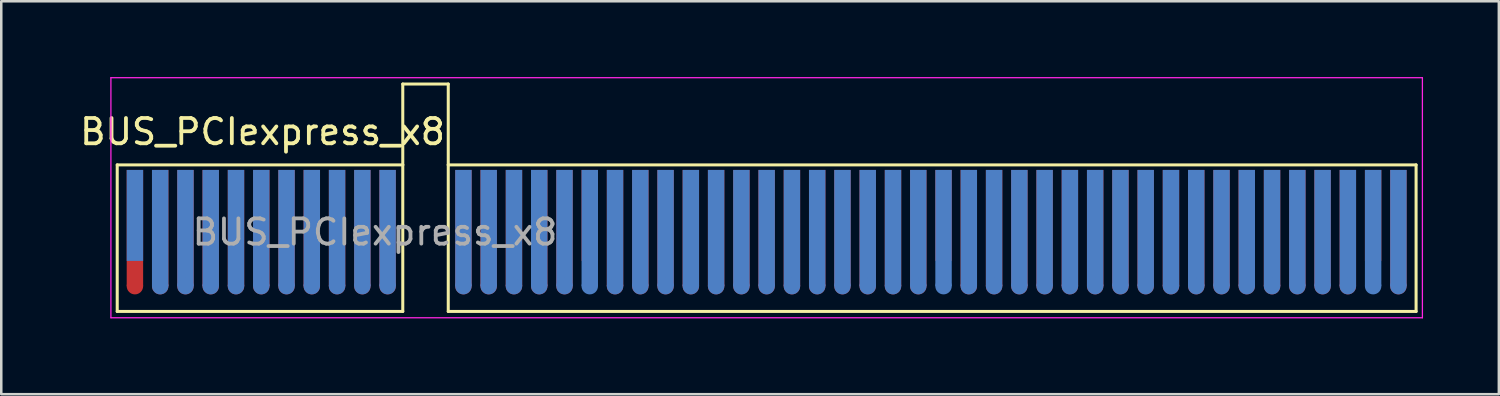
<source format=kicad_pcb>
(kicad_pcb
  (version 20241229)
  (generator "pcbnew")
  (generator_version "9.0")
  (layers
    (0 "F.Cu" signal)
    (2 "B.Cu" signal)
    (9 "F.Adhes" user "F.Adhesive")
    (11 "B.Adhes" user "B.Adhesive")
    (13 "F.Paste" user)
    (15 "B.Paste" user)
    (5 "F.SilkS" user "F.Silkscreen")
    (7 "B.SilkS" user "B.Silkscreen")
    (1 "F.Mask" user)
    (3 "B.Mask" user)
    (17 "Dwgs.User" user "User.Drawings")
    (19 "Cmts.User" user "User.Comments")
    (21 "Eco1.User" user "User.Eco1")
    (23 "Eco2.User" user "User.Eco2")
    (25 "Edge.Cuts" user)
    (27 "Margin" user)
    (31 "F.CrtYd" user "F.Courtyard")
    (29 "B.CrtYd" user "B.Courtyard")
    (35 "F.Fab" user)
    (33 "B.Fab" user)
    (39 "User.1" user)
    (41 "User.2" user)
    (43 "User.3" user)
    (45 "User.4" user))
  (footprint "BUS_PCIexpress_x8"
    (layer "F.Cu")
    (at 2.289 5.475)
    (property "Reference" "BUS_PCIexpress_x8" (at 5.05 -3.31 0) (layer "F.SilkS") (effects (font (size 1 1) (thickness 0.15))))
    (attr exclude_from_pos_files exclude_from_bom)
    (fp_line (start -0.7 -2) (end 10.6 -2) (stroke (width 0.12) (type solid)) (layer "F.SilkS"))
    (fp_line (start -0.7 3.8) (end -0.7 -2) (stroke (width 0.12) (type solid)) (layer "F.SilkS"))
    (fp_line (start 10.6 -5.2) (end 12.4 -5.2) (stroke (width 0.12) (type solid)) (layer "F.SilkS"))
    (fp_line (start 10.6 -2) (end 10.6 -5.2) (stroke (width 0.12) (type solid)) (layer "F.SilkS"))
    (fp_line (start 10.6 -2) (end 10.6 3.8) (stroke (width 0.12) (type solid)) (layer "F.SilkS"))
    (fp_line (start 10.6 3.8) (end -0.7 3.8) (stroke (width 0.12) (type solid)) (layer "F.SilkS"))
    (fp_line (start 12.4 -5.2) (end 12.4 -2) (stroke (width 0.12) (type solid)) (layer "F.SilkS"))
    (fp_line (start 12.4 -2) (end 12.4 3.8) (stroke (width 0.12) (type solid)) (layer "F.SilkS"))
    (fp_line (start 12.4 3.8) (end 50.7 3.8) (stroke (width 0.12) (type solid)) (layer "F.SilkS"))
    (fp_line (start 50.7 -2) (end 12.4 -2) (stroke (width 0.12) (type solid)) (layer "F.SilkS"))
    (fp_line (start 50.7 -2) (end 50.7 3.8) (stroke (width 0.12) (type solid)) (layer "F.SilkS"))
    (fp_line (start -0.95 -5.45) (end -0.95 4.05) (stroke (width 0.05) (type solid)) (layer "F.CrtYd"))
    (fp_line (start -0.95 -5.45) (end 50.95 -5.45) (stroke (width 0.05) (type solid)) (layer "F.CrtYd"))
    (fp_line (start 50.95 4.05) (end -0.95 4.05) (stroke (width 0.05) (type solid)) (layer "F.CrtYd"))
    (fp_line (start 50.95 4.05) (end 50.95 -5.45) (stroke (width 0.05) (type solid)) (layer "F.CrtYd"))
    (fp_text user "${REFERENCE}" (at 9.5 0.662 0) (layer "F.Fab") (effects (font (size 1 1) (thickness 0.15))))
    (pad "A1" connect rect (at 0 0) (size 0.65 3.6) (layers "B.Cu" "B.Mask"))
    (pad "A2" connect rect (at 1 0.5) (size 0.65 4.6) (layers "B.Cu" "B.Mask"))
    (pad "A2" connect circle (at 1 2.8) (size 0.65 0.65) (layers "B.Cu" "B.Mask"))
    (pad "A3" connect rect (at 2 0.5) (size 0.65 4.6) (layers "B.Cu" "B.Mask"))
    (pad "A3" connect circle (at 2 2.8) (size 0.65 0.65) (layers "B.Cu" "B.Mask"))
    (pad "A4" connect rect (at 3 0.5) (size 0.65 4.6) (layers "B.Cu" "B.Mask"))
    (pad "A4" connect circle (at 3 2.8) (size 0.65 0.65) (layers "B.Cu" "B.Mask"))
    (pad "A5" connect rect (at 4 0.5) (size 0.65 4.6) (layers "B.Cu" "B.Mask"))
    (pad "A5" connect circle (at 4 2.8) (size 0.65 0.65) (layers "B.Cu" "B.Mask"))
    (pad "A6" connect rect (at 5 0.5) (size 0.65 4.6) (layers "B.Cu" "B.Mask"))
    (pad "A6" connect circle (at 5 2.8) (size 0.65 0.65) (layers "B.Cu" "B.Mask"))
    (pad "A7" connect rect (at 6 0.5) (size 0.65 4.6) (layers "B.Cu" "B.Mask"))
    (pad "A7" connect circle (at 6 2.8) (size 0.65 0.65) (layers "B.Cu" "B.Mask"))
    (pad "A8" connect rect (at 7 0.5) (size 0.65 4.6) (layers "B.Cu" "B.Mask"))
    (pad "A8" connect circle (at 7 2.8) (size 0.65 0.65) (layers "B.Cu" "B.Mask"))
    (pad "A9" connect rect (at 8 0.5) (size 0.65 4.6) (layers "B.Cu" "B.Mask"))
    (pad "A9" connect circle (at 8 2.8) (size 0.65 0.65) (layers "B.Cu" "B.Mask"))
    (pad "A10" connect rect (at 9 0.5) (size 0.65 4.6) (layers "B.Cu" "B.Mask"))
    (pad "A10" connect circle (at 9 2.8) (size 0.65 0.65) (layers "B.Cu" "B.Mask"))
    (pad "A11" connect rect (at 10 0.5) (size 0.65 4.6) (layers "B.Cu" "B.Mask"))
    (pad "A11" connect circle (at 10 2.8) (size 0.65 0.65) (layers "B.Cu" "B.Mask"))
    (pad "A12" connect rect (at 13 0.5) (size 0.65 4.6) (layers "B.Cu" "B.Mask"))
    (pad "A12" connect circle (at 13 2.8) (size 0.65 0.65) (layers "B.Cu" "B.Mask"))
    (pad "A13" connect rect (at 14 0.5) (size 0.65 4.6) (layers "B.Cu" "B.Mask"))
    (pad "A13" connect circle (at 14 2.8) (size 0.65 0.65) (layers "B.Cu" "B.Mask"))
    (pad "A14" connect rect (at 15 0.5) (size 0.65 4.6) (layers "B.Cu" "B.Mask"))
    (pad "A14" connect circle (at 15 2.8) (size 0.65 0.65) (layers "B.Cu" "B.Mask"))
    (pad "A15" connect rect (at 16 0.5) (size 0.65 4.6) (layers "B.Cu" "B.Mask"))
    (pad "A15" connect circle (at 16 2.8) (size 0.65 0.65) (layers "B.Cu" "B.Mask"))
    (pad "A16" connect rect (at 17 0.5) (size 0.65 4.6) (layers "B.Cu" "B.Mask"))
    (pad "A16" connect circle (at 17 2.8) (size 0.65 0.65) (layers "B.Cu" "B.Mask"))
    (pad "A17" connect rect (at 18 0.5) (size 0.65 4.6) (layers "B.Cu" "B.Mask"))
    (pad "A17" connect circle (at 18 2.8) (size 0.65 0.65) (layers "B.Cu" "B.Mask"))
    (pad "A18" connect rect (at 19 0.5) (size 0.65 4.6) (layers "B.Cu" "B.Mask"))
    (pad "A18" connect circle (at 19 2.8) (size 0.65 0.65) (layers "B.Cu" "B.Mask"))
    (pad "A19" connect rect (at 20 0.5) (size 0.65 4.6) (layers "B.Cu" "B.Mask"))
    (pad "A19" connect circle (at 20 2.8) (size 0.65 0.65) (layers "B.Cu" "B.Mask"))
    (pad "A20" connect rect (at 21 0.5) (size 0.65 4.6) (layers "B.Cu" "B.Mask"))
    (pad "A20" connect circle (at 21 2.8) (size 0.65 0.65) (layers "B.Cu" "B.Mask"))
    (pad "A21" connect rect (at 22 0.5) (size 0.65 4.6) (layers "B.Cu" "B.Mask"))
    (pad "A21" connect circle (at 22 2.8) (size 0.65 0.65) (layers "B.Cu" "B.Mask"))
    (pad "A22" connect rect (at 23 0.5) (size 0.65 4.6) (layers "B.Cu" "B.Mask"))
    (pad "A22" connect circle (at 23 2.8) (size 0.65 0.65) (layers "B.Cu" "B.Mask"))
    (pad "A23" connect rect (at 24 0.5) (size 0.65 4.6) (layers "B.Cu" "B.Mask"))
    (pad "A23" connect circle (at 24 2.8) (size 0.65 0.65) (layers "B.Cu" "B.Mask"))
    (pad "A24" connect rect (at 25 0.5) (size 0.65 4.6) (layers "B.Cu" "B.Mask"))
    (pad "A24" connect circle (at 25 2.8) (size 0.65 0.65) (layers "B.Cu" "B.Mask"))
    (pad "A25" connect rect (at 26 0.5) (size 0.65 4.6) (layers "B.Cu" "B.Mask"))
    (pad "A25" connect circle (at 26 2.8) (size 0.65 0.65) (layers "B.Cu" "B.Mask"))
    (pad "A26" connect rect (at 27 0.5) (size 0.65 4.6) (layers "B.Cu" "B.Mask"))
    (pad "A26" connect circle (at 27 2.8) (size 0.65 0.65) (layers "B.Cu" "B.Mask"))
    (pad "A27" connect rect (at 28 0.5) (size 0.65 4.6) (layers "B.Cu" "B.Mask"))
    (pad "A27" connect circle (at 28 2.8) (size 0.65 0.65) (layers "B.Cu" "B.Mask"))
    (pad "A28" connect rect (at 29 0.5) (size 0.65 4.6) (layers "B.Cu" "B.Mask"))
    (pad "A28" connect circle (at 29 2.8) (size 0.65 0.65) (layers "B.Cu" "B.Mask"))
    (pad "A29" connect rect (at 30 0.5) (size 0.65 4.6) (layers "B.Cu" "B.Mask"))
    (pad "A29" connect circle (at 30 2.8) (size 0.65 0.65) (layers "B.Cu" "B.Mask"))
    (pad "A30" connect rect (at 31 0.5) (size 0.65 4.6) (layers "B.Cu" "B.Mask"))
    (pad "A30" connect circle (at 31 2.8) (size 0.65 0.65) (layers "B.Cu" "B.Mask"))
    (pad "A31" connect rect (at 32 0.5) (size 0.65 4.6) (layers "B.Cu" "B.Mask"))
    (pad "A31" connect circle (at 32 2.8) (size 0.65 0.65) (layers "B.Cu" "B.Mask"))
    (pad "A32" connect rect (at 33 0.5) (size 0.65 4.6) (layers "B.Cu" "B.Mask"))
    (pad "A32" connect circle (at 33 2.8) (size 0.65 0.65) (layers "B.Cu" "B.Mask"))
    (pad "A33" connect rect (at 34 0.5) (size 0.65 4.6) (layers "B.Cu" "B.Mask"))
    (pad "A33" connect circle (at 34 2.8) (size 0.65 0.65) (layers "B.Cu" "B.Mask"))
    (pad "A34" connect rect (at 35 0.5) (size 0.65 4.6) (layers "B.Cu" "B.Mask"))
    (pad "A34" connect circle (at 35 2.8) (size 0.65 0.65) (layers "B.Cu" "B.Mask"))
    (pad "A35" connect rect (at 36 0.5) (size 0.65 4.6) (layers "B.Cu" "B.Mask"))
    (pad "A35" connect circle (at 36 2.8) (size 0.65 0.65) (layers "B.Cu" "B.Mask"))
    (pad "A36" connect rect (at 37 0.5) (size 0.65 4.6) (layers "B.Cu" "B.Mask"))
    (pad "A36" connect circle (at 37 2.8) (size 0.65 0.65) (layers "B.Cu" "B.Mask"))
    (pad "A37" connect rect (at 38 0.5) (size 0.65 4.6) (layers "B.Cu" "B.Mask"))
    (pad "A37" connect circle (at 38 2.8) (size 0.65 0.65) (layers "B.Cu" "B.Mask"))
    (pad "A38" connect rect (at 39 0.5) (size 0.65 4.6) (layers "B.Cu" "B.Mask"))
    (pad "A38" connect circle (at 39 2.8) (size 0.65 0.65) (layers "B.Cu" "B.Mask"))
    (pad "A39" connect rect (at 40 0.5) (size 0.65 4.6) (layers "B.Cu" "B.Mask"))
    (pad "A39" connect circle (at 40 2.8) (size 0.65 0.65) (layers "B.Cu" "B.Mask"))
    (pad "A40" connect rect (at 41 0.5) (size 0.65 4.6) (layers "B.Cu" "B.Mask"))
    (pad "A40" connect circle (at 41 2.8) (size 0.65 0.65) (layers "B.Cu" "B.Mask"))
    (pad "A41" connect rect (at 42 0.5) (size 0.65 4.6) (layers "B.Cu" "B.Mask"))
    (pad "A41" connect circle (at 42 2.8) (size 0.65 0.65) (layers "B.Cu" "B.Mask"))
    (pad "A42" connect rect (at 43 0.5) (size 0.65 4.6) (layers "B.Cu" "B.Mask"))
    (pad "A42" connect circle (at 43 2.8) (size 0.65 0.65) (layers "B.Cu" "B.Mask"))
    (pad "A43" connect rect (at 44 0.5) (size 0.65 4.6) (layers "B.Cu" "B.Mask"))
    (pad "A43" connect circle (at 44 2.8) (size 0.65 0.65) (layers "B.Cu" "B.Mask"))
    (pad "A44" connect rect (at 45 0.5) (size 0.65 4.6) (layers "B.Cu" "B.Mask"))
    (pad "A44" connect circle (at 45 2.8) (size 0.65 0.65) (layers "B.Cu" "B.Mask"))
    (pad "A45" connect rect (at 46 0.5) (size 0.65 4.6) (layers "B.Cu" "B.Mask"))
    (pad "A45" connect circle (at 46 2.8) (size 0.65 0.65) (layers "B.Cu" "B.Mask"))
    (pad "A46" connect rect (at 47 0.5) (size 0.65 4.6) (layers "B.Cu" "B.Mask"))
    (pad "A46" connect circle (at 47 2.8) (size 0.65 0.65) (layers "B.Cu" "B.Mask"))
    (pad "A47" connect rect (at 48 0.5) (size 0.65 4.6) (layers "B.Cu" "B.Mask"))
    (pad "A47" connect circle (at 48 2.8) (size 0.65 0.65) (layers "B.Cu" "B.Mask"))
    (pad "A48" connect rect (at 49 0.5) (size 0.65 4.6) (layers "B.Cu" "B.Mask"))
    (pad "A48" connect circle (at 49 2.8) (size 0.65 0.65) (layers "B.Cu" "B.Mask"))
    (pad "A49" connect rect (at 50 0.5) (size 0.65 4.6) (layers "B.Cu" "B.Mask"))
    (pad "A49" connect circle (at 50 2.8) (size 0.65 0.65) (layers "B.Cu" "B.Mask"))
    (pad "B1" connect rect (at 0 0.5) (size 0.65 4.6) (layers "F.Cu" "F.Mask"))
    (pad "B1" connect circle (at 0 2.8) (size 0.65 0.65) (layers "F.Cu" "F.Mask"))
    (pad "B2" connect rect (at 1 0.5) (size 0.65 4.6) (layers "F.Cu" "F.Mask"))
    (pad "B2" connect circle (at 1 2.8) (size 0.65 0.65) (layers "F.Cu" "F.Mask"))
    (pad "B3" connect rect (at 2 0.5) (size 0.65 4.6) (layers "F.Cu" "F.Mask"))
    (pad "B3" connect circle (at 2 2.8) (size 0.65 0.65) (layers "F.Cu" "F.Mask"))
    (pad "B4" connect rect (at 3 0.5) (size 0.65 4.6) (layers "F.Cu" "F.Mask"))
    (pad "B4" connect circle (at 3 2.8) (size 0.65 0.65) (layers "F.Cu" "F.Mask"))
    (pad "B5" connect rect (at 4 0.5) (size 0.65 4.6) (layers "F.Cu" "F.Mask"))
    (pad "B5" connect circle (at 4 2.8) (size 0.65 0.65) (layers "F.Cu" "F.Mask"))
    (pad "B6" connect rect (at 5 0.5) (size 0.65 4.6) (layers "F.Cu" "F.Mask"))
    (pad "B6" connect circle (at 5 2.8) (size 0.65 0.65) (layers "F.Cu" "F.Mask"))
    (pad "B7" connect rect (at 6 0.5) (size 0.65 4.6) (layers "F.Cu" "F.Mask"))
    (pad "B7" connect circle (at 6 2.8) (size 0.65 0.65) (layers "F.Cu" "F.Mask"))
    (pad "B8" connect rect (at 7 0.5) (size 0.65 4.6) (layers "F.Cu" "F.Mask"))
    (pad "B8" connect circle (at 7 2.8) (size 0.65 0.65) (layers "F.Cu" "F.Mask"))
    (pad "B9" connect rect (at 8 0.5) (size 0.65 4.6) (layers "F.Cu" "F.Mask"))
    (pad "B9" connect circle (at 8 2.8) (size 0.65 0.65) (layers "F.Cu" "F.Mask"))
    (pad "B10" connect rect (at 9 0.5) (size 0.65 4.6) (layers "F.Cu" "F.Mask"))
    (pad "B10" connect circle (at 9 2.8) (size 0.65 0.65) (layers "F.Cu" "F.Mask"))
    (pad "B11" connect rect (at 10 0.5) (size 0.65 4.6) (layers "F.Cu" "F.Mask"))
    (pad "B11" connect circle (at 10 2.8) (size 0.65 0.65) (layers "F.Cu" "F.Mask"))
    (pad "B12" connect rect (at 13 0.5) (size 0.65 4.6) (layers "F.Cu" "F.Mask"))
    (pad "B12" connect circle (at 13 2.8) (size 0.65 0.65) (layers "F.Cu" "F.Mask"))
    (pad "B13" connect rect (at 14 0.5) (size 0.65 4.6) (layers "F.Cu" "F.Mask"))
    (pad "B13" connect circle (at 14 2.8) (size 0.65 0.65) (layers "F.Cu" "F.Mask"))
    (pad "B14" connect rect (at 15 0.5) (size 0.65 4.6) (layers "F.Cu" "F.Mask"))
    (pad "B14" connect circle (at 15 2.8) (size 0.65 0.65) (layers "F.Cu" "F.Mask"))
    (pad "B15" connect rect (at 16 0.5) (size 0.65 4.6) (layers "F.Cu" "F.Mask"))
    (pad "B15" connect circle (at 16 2.8) (size 0.65 0.65) (layers "F.Cu" "F.Mask"))
    (pad "B16" connect rect (at 17 0.5) (size 0.65 4.6) (layers "F.Cu" "F.Mask"))
    (pad "B16" connect circle (at 17 2.8) (size 0.65 0.65) (layers "F.Cu" "F.Mask"))
    (pad "B17" connect rect (at 18 0) (size 0.65 3.6) (layers "F.Cu" "F.Mask"))
    (pad "B18" connect rect (at 19 0.5) (size 0.65 4.6) (layers "F.Cu" "F.Mask"))
    (pad "B18" connect circle (at 19 2.8) (size 0.65 0.65) (layers "F.Cu" "F.Mask"))
    (pad "B19" connect rect (at 20 0.5) (size 0.65 4.6) (layers "F.Cu" "F.Mask"))
    (pad "B19" connect circle (at 20 2.8) (size 0.65 0.65) (layers "F.Cu" "F.Mask"))
    (pad "B20" connect rect (at 21 0.5) (size 0.65 4.6) (layers "F.Cu" "F.Mask"))
    (pad "B20" connect circle (at 21 2.8) (size 0.65 0.65) (layers "F.Cu" "F.Mask"))
    (pad "B21" connect rect (at 22 0.5) (size 0.65 4.6) (layers "F.Cu" "F.Mask"))
    (pad "B21" connect circle (at 22 2.8) (size 0.65 0.65) (layers "F.Cu" "F.Mask"))
    (pad "B22" connect rect (at 23 0.5) (size 0.65 4.6) (layers "F.Cu" "F.Mask"))
    (pad "B22" connect circle (at 23 2.8) (size 0.65 0.65) (layers "F.Cu" "F.Mask"))
    (pad "B23" connect rect (at 24 0.5) (size 0.65 4.6) (layers "F.Cu" "F.Mask"))
    (pad "B23" connect circle (at 24 2.8) (size 0.65 0.65) (layers "F.Cu" "F.Mask"))
    (pad "B24" connect rect (at 25 0.5) (size 0.65 4.6) (layers "F.Cu" "F.Mask"))
    (pad "B24" connect circle (at 25 2.8) (size 0.65 0.65) (layers "F.Cu" "F.Mask"))
    (pad "B25" connect rect (at 26 0.5) (size 0.65 4.6) (layers "F.Cu" "F.Mask"))
    (pad "B25" connect circle (at 26 2.8) (size 0.65 0.65) (layers "F.Cu" "F.Mask"))
    (pad "B26" connect rect (at 27 0.5) (size 0.65 4.6) (layers "F.Cu" "F.Mask"))
    (pad "B26" connect circle (at 27 2.8) (size 0.65 0.65) (layers "F.Cu" "F.Mask"))
    (pad "B27" connect rect (at 28 0.5) (size 0.65 4.6) (layers "F.Cu" "F.Mask"))
    (pad "B27" connect circle (at 28 2.8) (size 0.65 0.65) (layers "F.Cu" "F.Mask"))
    (pad "B28" connect rect (at 29 0.5) (size 0.65 4.6) (layers "F.Cu" "F.Mask"))
    (pad "B28" connect circle (at 29 2.8) (size 0.65 0.65) (layers "F.Cu" "F.Mask"))
    (pad "B29" connect rect (at 30 0.5) (size 0.65 4.6) (layers "F.Cu" "F.Mask"))
    (pad "B29" connect circle (at 30 2.8) (size 0.65 0.65) (layers "F.Cu" "F.Mask"))
    (pad "B30" connect rect (at 31 0.5) (size 0.65 4.6) (layers "F.Cu" "F.Mask"))
    (pad "B30" connect circle (at 31 2.8) (size 0.65 0.65) (layers "F.Cu" "F.Mask"))
    (pad "B31" connect rect (at 32 0) (size 0.65 3.6) (layers "F.Cu" "F.Mask"))
    (pad "B32" connect rect (at 33 0.5) (size 0.65 4.6) (layers "F.Cu" "F.Mask"))
    (pad "B32" connect circle (at 33 2.8) (size 0.65 0.65) (layers "F.Cu" "F.Mask"))
    (pad "B33" connect rect (at 34 0.5) (size 0.65 4.6) (layers "F.Cu" "F.Mask"))
    (pad "B33" connect circle (at 34 2.8) (size 0.65 0.65) (layers "F.Cu" "F.Mask"))
    (pad "B34" connect rect (at 35 0.5) (size 0.65 4.6) (layers "F.Cu" "F.Mask"))
    (pad "B34" connect circle (at 35 2.8) (size 0.65 0.65) (layers "F.Cu" "F.Mask"))
    (pad "B35" connect rect (at 36 0.5) (size 0.65 4.6) (layers "F.Cu" "F.Mask"))
    (pad "B35" connect circle (at 36 2.8) (size 0.65 0.65) (layers "F.Cu" "F.Mask"))
    (pad "B36" connect rect (at 37 0.5) (size 0.65 4.6) (layers "F.Cu" "F.Mask"))
    (pad "B36" connect circle (at 37 2.8) (size 0.65 0.65) (layers "F.Cu" "F.Mask"))
    (pad "B37" connect rect (at 38 0.5) (size 0.65 4.6) (layers "F.Cu" "F.Mask"))
    (pad "B37" connect circle (at 38 2.8) (size 0.65 0.65) (layers "F.Cu" "F.Mask"))
    (pad "B38" connect rect (at 39 0.5) (size 0.65 4.6) (layers "F.Cu" "F.Mask"))
    (pad "B38" connect circle (at 39 2.8) (size 0.65 0.65) (layers "F.Cu" "F.Mask"))
    (pad "B39" connect rect (at 40 0.5) (size 0.65 4.6) (layers "F.Cu" "F.Mask"))
    (pad "B39" connect circle (at 40 2.8) (size 0.65 0.65) (layers "F.Cu" "F.Mask"))
    (pad "B40" connect rect (at 41 0.5) (size 0.65 4.6) (layers "F.Cu" "F.Mask"))
    (pad "B40" connect circle (at 41 2.8) (size 0.65 0.65) (layers "F.Cu" "F.Mask"))
    (pad "B41" connect rect (at 42 0.5) (size 0.65 4.6) (layers "F.Cu" "F.Mask"))
    (pad "B41" connect circle (at 42 2.8) (size 0.65 0.65) (layers "F.Cu" "F.Mask"))
    (pad "B42" connect rect (at 43 0.5) (size 0.65 4.6) (layers "F.Cu" "F.Mask"))
    (pad "B42" connect circle (at 43 2.8) (size 0.65 0.65) (layers "F.Cu" "F.Mask"))
    (pad "B43" connect rect (at 44 0.5) (size 0.65 4.6) (layers "F.Cu" "F.Mask"))
    (pad "B43" connect circle (at 44 2.8) (size 0.65 0.65) (layers "F.Cu" "F.Mask"))
    (pad "B44" connect rect (at 45 0.5) (size 0.65 4.6) (layers "F.Cu" "F.Mask"))
    (pad "B44" connect circle (at 45 2.8) (size 0.65 0.65) (layers "F.Cu" "F.Mask"))
    (pad "B45" connect rect (at 46 0.5) (size 0.65 4.6) (layers "F.Cu" "F.Mask"))
    (pad "B45" connect circle (at 46 2.8) (size 0.65 0.65) (layers "F.Cu" "F.Mask"))
    (pad "B46" connect rect (at 47 0.5) (size 0.65 4.6) (layers "F.Cu" "F.Mask"))
    (pad "B46" connect circle (at 47 2.8) (size 0.65 0.65) (layers "F.Cu" "F.Mask"))
    (pad "B47" connect rect (at 48 0.5) (size 0.65 4.6) (layers "F.Cu" "F.Mask"))
    (pad "B47" connect circle (at 48 2.8) (size 0.65 0.65) (layers "F.Cu" "F.Mask"))
    (pad "B48" connect rect (at 49 0) (size 0.65 3.6) (layers "F.Cu" "F.Mask"))
    (pad "B49" connect rect (at 50 0.5) (size 0.65 4.6) (layers "F.Cu" "F.Mask"))
    (pad "B49" connect circle (at 50 2.8) (size 0.65 0.65) (layers "F.Cu" "F.Mask")))
  (gr_rect
    (start -3 -3)
    (end 56.264 12.55)
    (stroke (width 0.1) (type default))
    (fill no)
    (layer "Edge.Cuts")))
</source>
